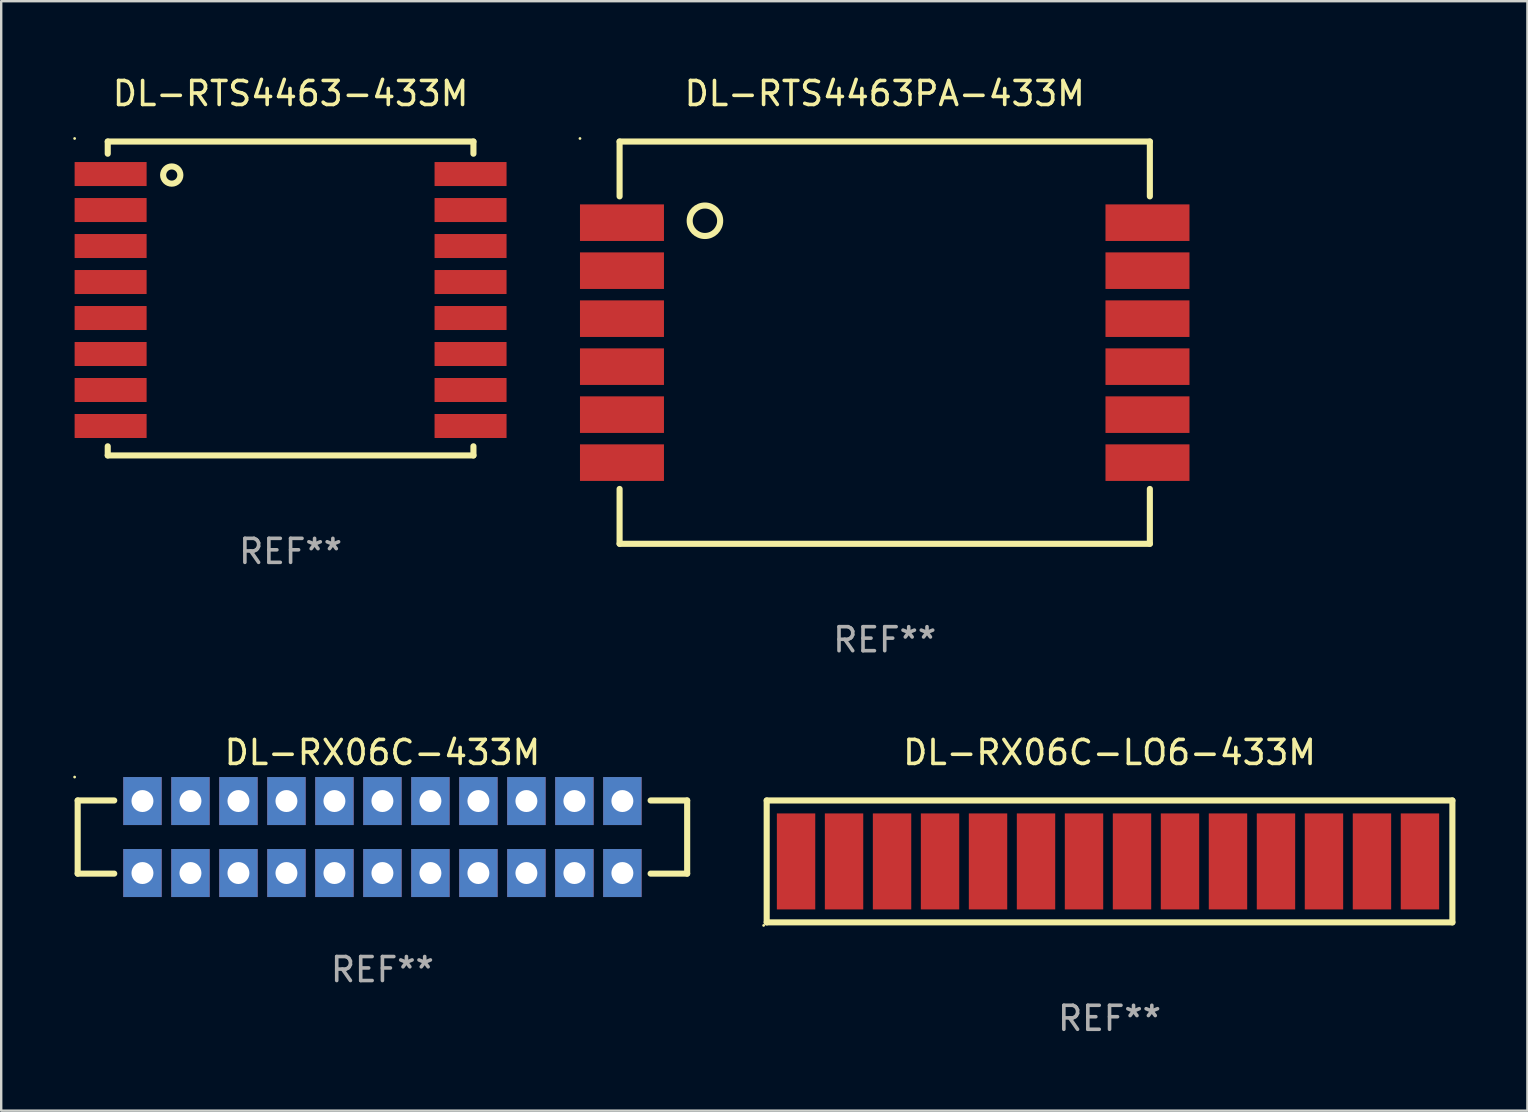
<source format=kicad_pcb>
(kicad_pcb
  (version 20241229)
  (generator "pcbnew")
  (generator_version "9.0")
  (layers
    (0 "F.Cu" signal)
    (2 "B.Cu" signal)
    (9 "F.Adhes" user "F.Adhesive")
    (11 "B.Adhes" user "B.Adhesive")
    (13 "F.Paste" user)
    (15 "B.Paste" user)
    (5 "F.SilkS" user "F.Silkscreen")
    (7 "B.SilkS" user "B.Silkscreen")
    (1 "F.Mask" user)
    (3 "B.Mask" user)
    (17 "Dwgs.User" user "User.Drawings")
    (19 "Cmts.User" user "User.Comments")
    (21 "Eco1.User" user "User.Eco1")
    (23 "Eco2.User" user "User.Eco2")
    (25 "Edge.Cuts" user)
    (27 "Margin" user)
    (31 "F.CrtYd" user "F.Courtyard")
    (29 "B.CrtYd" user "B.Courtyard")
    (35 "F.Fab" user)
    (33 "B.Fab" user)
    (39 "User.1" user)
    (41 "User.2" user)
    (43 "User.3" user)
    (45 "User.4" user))
  (footprint "DL-RX06C-433M"
    (layer "F.Cu")
    (at 12.887 31.833)
    (property "Reference" "DL-RX06C-433M" (at 0 -3.524 0) (layer "F.SilkS") (effects (font (size 1 1) (thickness 0.15))))
    (attr through_hole)
    (fp_line (start -12.7 -1.524) (end -12.7 1.524) (stroke (width 0.254) (type solid)) (layer "F.SilkS"))
    (fp_line (start -12.7 1.524) (end -11.176 1.524) (stroke (width 0.254) (type solid)) (layer "F.SilkS"))
    (fp_line (start -11.176 -1.524) (end -12.7 -1.524) (stroke (width 0.254) (type solid)) (layer "F.SilkS"))
    (fp_line (start 11.176 -1.524) (end 12.7 -1.524) (stroke (width 0.254) (type solid)) (layer "F.SilkS"))
    (fp_line (start 12.7 -1.524) (end 12.7 1.524) (stroke (width 0.254) (type solid)) (layer "F.SilkS"))
    (fp_line (start 12.7 1.524) (end 11.176 1.524) (stroke (width 0.254) (type solid)) (layer "F.SilkS"))
    (fp_circle (center -12.827 -2.5) (end -12.797 -2.5) (stroke (width 0.06) (type solid)) (fill no) (layer "F.SilkS"))
    (fp_text user "REF**" (at 0 5.524 0) (layer "F.Fab") (effects (font (size 1 1) (thickness 0.15))))
    (pad "1" thru_hole rect (at -10 -1.5) (size 1.6 2) (drill 0.914) (layers "*.Cu" "*.Mask"))
    (pad "1" thru_hole rect (at -10 1.5) (size 1.6 2) (drill 0.914) (layers "*.Cu" "*.Mask"))
    (pad "2" thru_hole rect (at -8 -1.5) (size 1.6 2) (drill 0.914) (layers "*.Cu" "*.Mask"))
    (pad "2" thru_hole rect (at -8 1.5) (size 1.6 2) (drill 0.914) (layers "*.Cu" "*.Mask"))
    (pad "3" thru_hole rect (at -6 -1.5) (size 1.6 2) (drill 0.914) (layers "*.Cu" "*.Mask"))
    (pad "3" thru_hole rect (at -6 1.5) (size 1.6 2) (drill 0.914) (layers "*.Cu" "*.Mask"))
    (pad "4" thru_hole rect (at -4 -1.5) (size 1.6 2) (drill 0.914) (layers "*.Cu" "*.Mask"))
    (pad "4" thru_hole rect (at -4 1.5) (size 1.6 2) (drill 0.914) (layers "*.Cu" "*.Mask"))
    (pad "5" thru_hole rect (at -2 -1.5) (size 1.6 2) (drill 0.914) (layers "*.Cu" "*.Mask"))
    (pad "5" thru_hole rect (at -2 1.5) (size 1.6 2) (drill 0.914) (layers "*.Cu" "*.Mask"))
    (pad "6" thru_hole rect (at -0.000025 -1.5) (size 1.6 2) (drill 0.914) (layers "*.Cu" "*.Mask"))
    (pad "6" thru_hole rect (at -0.000025 1.5) (size 1.6 2) (drill 0.914) (layers "*.Cu" "*.Mask"))
    (pad "7" thru_hole rect (at 2 -1.5) (size 1.6 2) (drill 0.914) (layers "*.Cu" "*.Mask"))
    (pad "7" thru_hole rect (at 2 1.5) (size 1.6 2) (drill 0.914) (layers "*.Cu" "*.Mask"))
    (pad "8" thru_hole rect (at 4 -1.5) (size 1.6 2) (drill 0.914) (layers "*.Cu" "*.Mask"))
    (pad "8" thru_hole rect (at 4 1.5) (size 1.6 2) (drill 0.914) (layers "*.Cu" "*.Mask"))
    (pad "9" thru_hole rect (at 6 -1.5) (size 1.6 2) (drill 0.914) (layers "*.Cu" "*.Mask"))
    (pad "9" thru_hole rect (at 6 1.5) (size 1.6 2) (drill 0.914) (layers "*.Cu" "*.Mask"))
    (pad "10" thru_hole rect (at 8 -1.5) (size 1.6 2) (drill 0.914) (layers "*.Cu" "*.Mask"))
    (pad "10" thru_hole rect (at 8 1.5) (size 1.6 2) (drill 0.914) (layers "*.Cu" "*.Mask"))
    (pad "11" thru_hole rect (at 10 -1.5) (size 1.6 2) (drill 0.914) (layers "*.Cu" "*.Mask"))
    (pad "11" thru_hole rect (at 10 1.5) (size 1.6 2) (drill 0.914) (layers "*.Cu" "*.Mask")))
  (footprint "DL-RTS4463PA-433M"
    (layer "F.Cu")
    (at 33.82 11.23)
    (property "Reference" "DL-RTS4463PA-433M" (at 0 -10.382 0) (layer "F.SilkS") (effects (font (size 1 1) (thickness 0.15))))
    (attr through_hole)
    (fp_line (start -11.049 -8.382) (end 11.049 -8.382) (stroke (width 0.254) (type solid)) (layer "F.SilkS"))
    (fp_line (start -11.049 -6.096) (end -11.049 -8.382) (stroke (width 0.254) (type solid)) (layer "F.SilkS"))
    (fp_line (start -11.049 6.096) (end -11.049 8.382) (stroke (width 0.254) (type solid)) (layer "F.SilkS"))
    (fp_line (start -11.049 8.382) (end 11.049 8.382) (stroke (width 0.254) (type solid)) (layer "F.SilkS"))
    (fp_line (start 11.049 -8.382) (end 11.049 -6.096) (stroke (width 0.254) (type solid)) (layer "F.SilkS"))
    (fp_line (start 11.049 8.382) (end 11.049 6.096) (stroke (width 0.254) (type solid)) (layer "F.SilkS"))
    (fp_circle (center -12.7 -8.509) (end -12.67 -8.509) (stroke (width 0.06) (type solid)) (fill no) (layer "F.SilkS"))
    (fp_circle (center -7.493 -5.08) (end -6.858 -5.08) (stroke (width 0.254) (type solid)) (fill no) (layer "F.SilkS"))
    (fp_text user "REF**" (at 0 12.382 0) (layer "F.Fab") (effects (font (size 1 1) (thickness 0.15))))
    (pad "1" smd rect (at -10.95 -5) (size 3.5 1.524) (layers "F.Cu" "F.Mask" "F.Paste"))
    (pad "2" smd rect (at -10.95 -3) (size 3.5 1.524) (layers "F.Cu" "F.Mask" "F.Paste"))
    (pad "3" smd rect (at -10.95 -1) (size 3.5 1.524) (layers "F.Cu" "F.Mask" "F.Paste"))
    (pad "4" smd rect (at -10.95 1) (size 3.5 1.524) (layers "F.Cu" "F.Mask" "F.Paste"))
    (pad "5" smd rect (at -10.95 3) (size 3.5 1.524) (layers "F.Cu" "F.Mask" "F.Paste"))
    (pad "6" smd rect (at -10.95 5) (size 3.5 1.524) (layers "F.Cu" "F.Mask" "F.Paste"))
    (pad "7" smd rect (at 10.95 5) (size 3.5 1.524) (layers "F.Cu" "F.Mask" "F.Paste"))
    (pad "8" smd rect (at 10.95 3) (size 3.5 1.524) (layers "F.Cu" "F.Mask" "F.Paste"))
    (pad "9" smd rect (at 10.95 1) (size 3.5 1.524) (layers "F.Cu" "F.Mask" "F.Paste"))
    (pad "10" smd rect (at 10.95 -1) (size 3.5 1.524) (layers "F.Cu" "F.Mask" "F.Paste"))
    (pad "11" smd rect (at 10.95 -3) (size 3.5 1.524) (layers "F.Cu" "F.Mask" "F.Paste"))
    (pad "12" smd rect (at 10.95 -5) (size 3.5 1.524) (layers "F.Cu" "F.Mask" "F.Paste")))
  (footprint "DL-RTS4463-433M"
    (layer "F.Cu")
    (at 9.06 9.389)
    (property "Reference" "DL-RTS4463-433M" (at 0 -8.541 0) (layer "F.SilkS") (effects (font (size 1 1) (thickness 0.15))))
    (attr through_hole)
    (fp_line (start -7.62 -6.541) (end 7.62 -6.541) (stroke (width 0.254) (type solid)) (layer "F.SilkS"))
    (fp_line (start -7.62 -6.033) (end -7.62 -6.541) (stroke (width 0.254) (type solid)) (layer "F.SilkS"))
    (fp_line (start -7.62 6.16) (end -7.62 6.541) (stroke (width 0.254) (type solid)) (layer "F.SilkS"))
    (fp_line (start -7.62 6.541) (end 7.62 6.541) (stroke (width 0.254) (type solid)) (layer "F.SilkS"))
    (fp_line (start 7.62 -6.541) (end 7.62 -6.033) (stroke (width 0.254) (type solid)) (layer "F.SilkS"))
    (fp_line (start 7.62 6.541) (end 7.62 6.16) (stroke (width 0.254) (type solid)) (layer "F.SilkS"))
    (fp_circle (center -9 -6.668) (end -8.97 -6.668) (stroke (width 0.06) (type solid)) (fill no) (layer "F.SilkS"))
    (fp_circle (center -4.953 -5.144) (end -4.594 -5.144) (stroke (width 0.254) (type solid)) (fill no) (layer "F.SilkS"))
    (fp_text user "REF**" (at 0 10.541 0) (layer "F.Fab") (effects (font (size 1 1) (thickness 0.15))))
    (pad "1" smd rect (at -7.5 -5.186) (size 3 1) (layers "F.Cu" "F.Mask" "F.Paste"))
    (pad "2" smd rect (at -7.5 -3.686) (size 3 1) (layers "F.Cu" "F.Mask" "F.Paste"))
    (pad "3" smd rect (at -7.5 -2.186) (size 3 1) (layers "F.Cu" "F.Mask" "F.Paste"))
    (pad "4" smd rect (at -7.5 -0.686) (size 3 1) (layers "F.Cu" "F.Mask" "F.Paste"))
    (pad "5" smd rect (at -7.5 0.814) (size 3 1) (layers "F.Cu" "F.Mask" "F.Paste"))
    (pad "6" smd rect (at -7.5 2.314) (size 3 1) (layers "F.Cu" "F.Mask" "F.Paste"))
    (pad "7" smd rect (at -7.5 3.814) (size 3 1) (layers "F.Cu" "F.Mask" "F.Paste"))
    (pad "8" smd rect (at -7.5 5.314) (size 3 1) (layers "F.Cu" "F.Mask" "F.Paste"))
    (pad "9" smd rect (at 7.5 5.314) (size 3 1) (layers "F.Cu" "F.Mask" "F.Paste"))
    (pad "10" smd rect (at 7.5 3.814) (size 3 1) (layers "F.Cu" "F.Mask" "F.Paste"))
    (pad "11" smd rect (at 7.5 2.314) (size 3 1) (layers "F.Cu" "F.Mask" "F.Paste"))
    (pad "12" smd rect (at 7.5 0.814) (size 3 1) (layers "F.Cu" "F.Mask" "F.Paste"))
    (pad "13" smd rect (at 7.5 -0.686) (size 3 1) (layers "F.Cu" "F.Mask" "F.Paste"))
    (pad "14" smd rect (at 7.5 -2.186) (size 3 1) (layers "F.Cu" "F.Mask" "F.Paste"))
    (pad "15" smd rect (at 7.5 -3.686) (size 3 1) (layers "F.Cu" "F.Mask" "F.Paste"))
    (pad "16" smd rect (at 7.5 -5.186) (size 3 1) (layers "F.Cu" "F.Mask" "F.Paste")))
  (footprint "DL-RX06C-LO6-433M"
    (layer "F.Cu")
    (at 43.189 32.849)
    (property "Reference" "DL-RX06C-LO6-433M" (at 0 -4.54 0) (layer "F.SilkS") (effects (font (size 1 1) (thickness 0.15))))
    (attr through_hole)
    (fp_line (start -14.288 -2.54) (end -14.288 2.54) (stroke (width 0.254) (type solid)) (layer "F.SilkS"))
    (fp_line (start -14.288 2.54) (end 14.288 2.54) (stroke (width 0.254) (type solid)) (layer "F.SilkS"))
    (fp_line (start 14.288 -2.54) (end -14.288 -2.54) (stroke (width 0.254) (type solid)) (layer "F.SilkS"))
    (fp_line (start 14.288 2.54) (end 14.288 -2.54) (stroke (width 0.254) (type solid)) (layer "F.SilkS"))
    (fp_circle (center -14.415 2.667) (end -14.385 2.667) (stroke (width 0.06) (type solid)) (fill no) (layer "F.SilkS"))
    (fp_text user "REF**" (at 0 6.54 0) (layer "F.Fab") (effects (font (size 1 1) (thickness 0.15))))
    (pad "1" smd rect (at -13.064 0) (size 1.6 4) (layers "F.Cu" "F.Mask" "F.Paste"))
    (pad "2" smd rect (at -11.064 0) (size 1.6 4) (layers "F.Cu" "F.Mask" "F.Paste"))
    (pad "3" smd rect (at -9.064 0) (size 1.6 4) (layers "F.Cu" "F.Mask" "F.Paste"))
    (pad "4" smd rect (at -7.064 0) (size 1.6 4) (layers "F.Cu" "F.Mask" "F.Paste"))
    (pad "5" smd rect (at -5.064 0) (size 1.6 4) (layers "F.Cu" "F.Mask" "F.Paste"))
    (pad "6" smd rect (at -3.064 0) (size 1.6 4) (layers "F.Cu" "F.Mask" "F.Paste"))
    (pad "7" smd rect (at -1.064 0) (size 1.6 4) (layers "F.Cu" "F.Mask" "F.Paste"))
    (pad "8" smd rect (at 0.936 0) (size 1.6 4) (layers "F.Cu" "F.Mask" "F.Paste"))
    (pad "9" smd rect (at 2.936 0) (size 1.6 4) (layers "F.Cu" "F.Mask" "F.Paste"))
    (pad "10" smd rect (at 4.936 0) (size 1.6 4) (layers "F.Cu" "F.Mask" "F.Paste"))
    (pad "11" smd rect (at 6.936 0) (size 1.6 4) (layers "F.Cu" "F.Mask" "F.Paste"))
    (pad "12" smd rect (at 8.936 0) (size 1.6 4) (layers "F.Cu" "F.Mask" "F.Paste"))
    (pad "13" smd rect (at 10.936 0) (size 1.6 4) (layers "F.Cu" "F.Mask" "F.Paste"))
    (pad "14" smd rect (at 12.936 0) (size 1.6 4) (layers "F.Cu" "F.Mask" "F.Paste")))
  (gr_rect
    (start -3 -3)
    (end 60.603 43.237)
    (stroke (width 0.1) (type default))
    (fill no)
    (layer "Edge.Cuts")))
</source>
